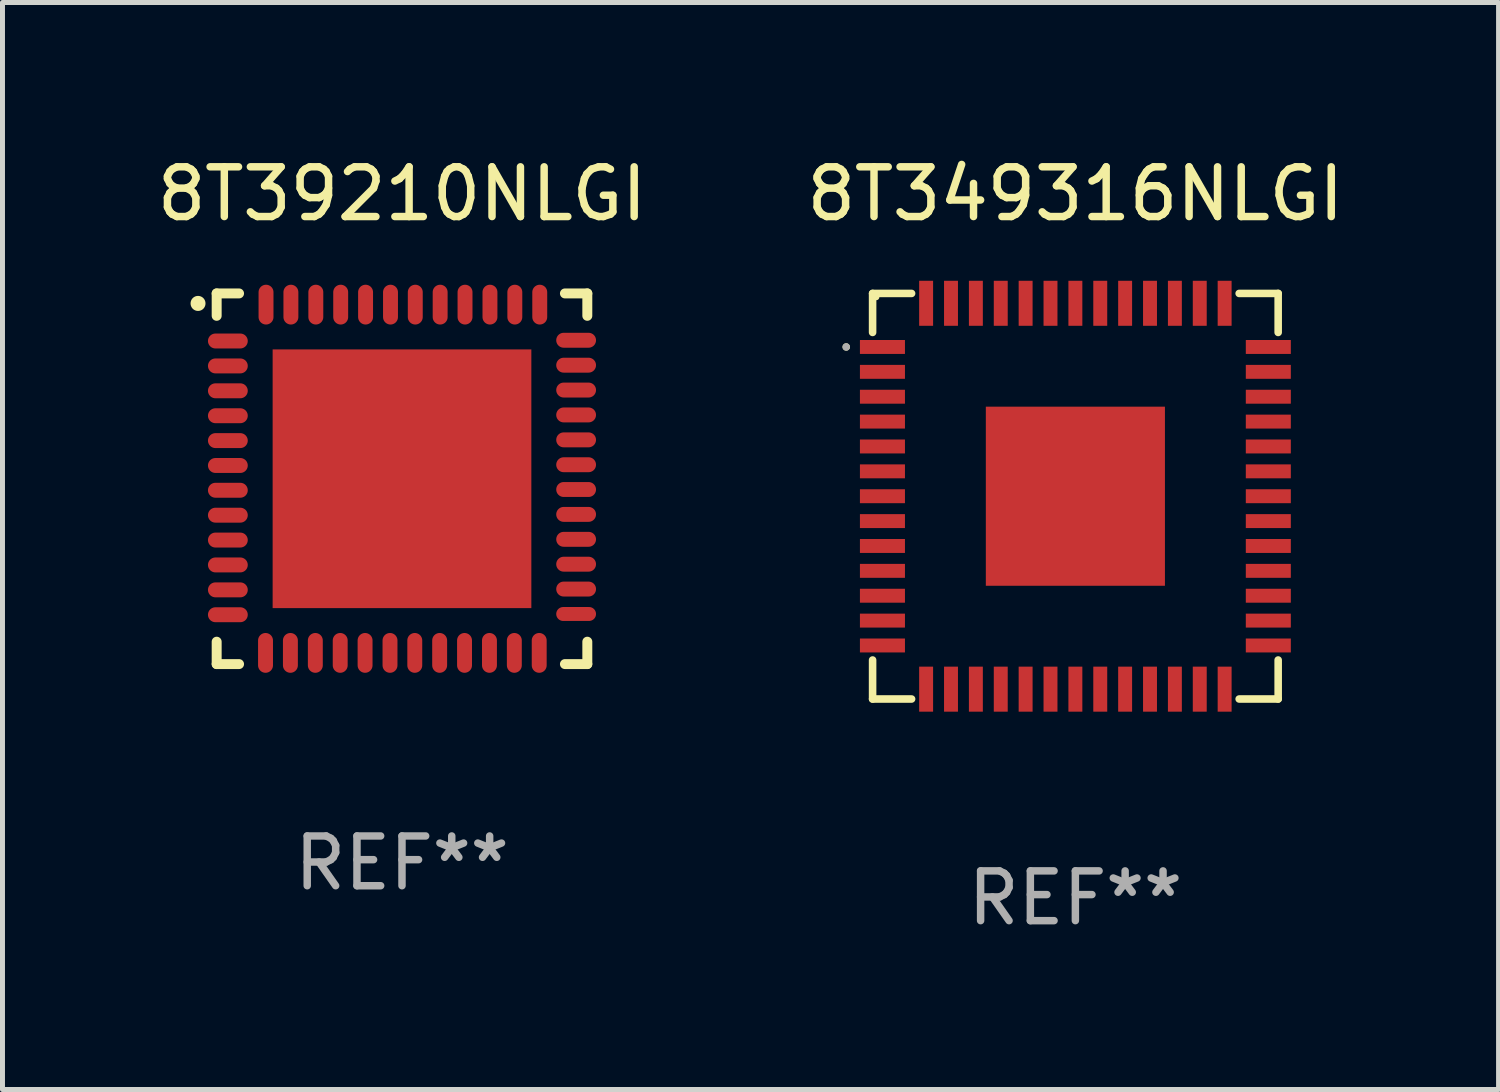
<source format=kicad_pcb>
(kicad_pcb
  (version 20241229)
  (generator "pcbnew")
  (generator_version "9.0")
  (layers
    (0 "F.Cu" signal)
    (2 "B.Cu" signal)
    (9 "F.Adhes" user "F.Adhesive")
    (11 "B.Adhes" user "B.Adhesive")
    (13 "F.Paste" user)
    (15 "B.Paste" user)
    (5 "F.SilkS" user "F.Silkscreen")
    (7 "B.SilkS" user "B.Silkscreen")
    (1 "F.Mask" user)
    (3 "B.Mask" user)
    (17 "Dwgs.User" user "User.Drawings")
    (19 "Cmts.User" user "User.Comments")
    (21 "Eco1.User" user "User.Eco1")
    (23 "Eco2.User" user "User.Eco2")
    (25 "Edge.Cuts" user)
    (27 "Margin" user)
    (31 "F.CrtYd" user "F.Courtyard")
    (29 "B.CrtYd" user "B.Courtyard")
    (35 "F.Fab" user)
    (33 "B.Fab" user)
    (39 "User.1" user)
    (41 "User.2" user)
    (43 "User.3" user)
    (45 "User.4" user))
  (footprint "8T349316NLGI"
    (layer "F.Cu")
    (at 18.565 6.924)
    (property "Reference" "8T349316NLGI" (at 0 -6.076 0) (layer "F.SilkS") (effects (font (size 1 1) (thickness 0.15))))
    (attr through_hole)
    (fp_line (start -4.076 -4.076) (end -3.292 -4.076) (stroke (width 0.152) (type solid)) (layer "F.SilkS"))
    (fp_line (start -4.076 -3.292) (end -4.076 -4.076) (stroke (width 0.152) (type solid)) (layer "F.SilkS"))
    (fp_line (start -4.076 3.292) (end -4.076 4.076) (stroke (width 0.152) (type solid)) (layer "F.SilkS"))
    (fp_line (start -4.076 4.076) (end -3.292 4.076) (stroke (width 0.152) (type solid)) (layer "F.SilkS"))
    (fp_line (start 4.076 -4.076) (end 3.292 -4.076) (stroke (width 0.152) (type solid)) (layer "F.SilkS"))
    (fp_line (start 4.076 -3.292) (end 4.076 -4.076) (stroke (width 0.152) (type solid)) (layer "F.SilkS"))
    (fp_line (start 4.076 3.292) (end 4.076 4.076) (stroke (width 0.152) (type solid)) (layer "F.SilkS"))
    (fp_line (start 4.076 4.076) (end 3.292 4.076) (stroke (width 0.152) (type solid)) (layer "F.SilkS"))
    (fp_circle (center -4.606 -3) (end -4.568 -3) (stroke (width 0.075) (type solid)) (fill no) (layer "F.SilkS"))
    (fp_circle (center -4 -4) (end -3.97 -4) (stroke (width 0.06) (type solid)) (fill no) (layer "F.SilkS"))
    (fp_circle (center -4.606 -3) (end -4.568 -3) (stroke (width 0.075) (type solid)) (fill no) (layer "F.Fab"))
    (fp_text user "REF**" (at 0 8.076 0) (layer "F.Fab") (effects (font (size 1 1) (thickness 0.15))))
    (pad "1" smd rect (at -3.878 -3) (size 0.905 0.28) (layers "F.Cu" "F.Mask" "F.Paste"))
    (pad "2" smd rect (at -3.878 -2.5) (size 0.905 0.28) (layers "F.Cu" "F.Mask" "F.Paste"))
    (pad "3" smd rect (at -3.878 -2) (size 0.905 0.28) (layers "F.Cu" "F.Mask" "F.Paste"))
    (pad "4" smd rect (at -3.878 -1.5) (size 0.905 0.28) (layers "F.Cu" "F.Mask" "F.Paste"))
    (pad "5" smd rect (at -3.878 -1) (size 0.905 0.28) (layers "F.Cu" "F.Mask" "F.Paste"))
    (pad "6" smd rect (at -3.878 -0.5) (size 0.905 0.28) (layers "F.Cu" "F.Mask" "F.Paste"))
    (pad "7" smd rect (at -3.878 0) (size 0.905 0.28) (layers "F.Cu" "F.Mask" "F.Paste"))
    (pad "8" smd rect (at -3.878 0.5) (size 0.905 0.28) (layers "F.Cu" "F.Mask" "F.Paste"))
    (pad "9" smd rect (at -3.878 1) (size 0.905 0.28) (layers "F.Cu" "F.Mask" "F.Paste"))
    (pad "10" smd rect (at -3.878 1.5) (size 0.905 0.28) (layers "F.Cu" "F.Mask" "F.Paste"))
    (pad "11" smd rect (at -3.878 2) (size 0.905 0.28) (layers "F.Cu" "F.Mask" "F.Paste"))
    (pad "12" smd rect (at -3.878 2.5) (size 0.905 0.28) (layers "F.Cu" "F.Mask" "F.Paste"))
    (pad "13" smd rect (at -3.878 3) (size 0.905 0.28) (layers "F.Cu" "F.Mask" "F.Paste"))
    (pad "14" smd rect (at -3 3.878) (size 0.28 0.905) (layers "F.Cu" "F.Mask" "F.Paste"))
    (pad "15" smd rect (at -2.5 3.878) (size 0.28 0.905) (layers "F.Cu" "F.Mask" "F.Paste"))
    (pad "16" smd rect (at -2 3.878) (size 0.28 0.905) (layers "F.Cu" "F.Mask" "F.Paste"))
    (pad "17" smd rect (at -1.5 3.878) (size 0.28 0.905) (layers "F.Cu" "F.Mask" "F.Paste"))
    (pad "18" smd rect (at -1 3.878) (size 0.28 0.905) (layers "F.Cu" "F.Mask" "F.Paste"))
    (pad "19" smd rect (at -0.5 3.878) (size 0.28 0.905) (layers "F.Cu" "F.Mask" "F.Paste"))
    (pad "20" smd rect (at 0 3.878) (size 0.28 0.905) (layers "F.Cu" "F.Mask" "F.Paste"))
    (pad "21" smd rect (at 0.5 3.878) (size 0.28 0.905) (layers "F.Cu" "F.Mask" "F.Paste"))
    (pad "22" smd rect (at 1 3.878) (size 0.28 0.905) (layers "F.Cu" "F.Mask" "F.Paste"))
    (pad "23" smd rect (at 1.5 3.878) (size 0.28 0.905) (layers "F.Cu" "F.Mask" "F.Paste"))
    (pad "24" smd rect (at 2 3.878) (size 0.28 0.905) (layers "F.Cu" "F.Mask" "F.Paste"))
    (pad "25" smd rect (at 2.5 3.878) (size 0.28 0.905) (layers "F.Cu" "F.Mask" "F.Paste"))
    (pad "26" smd rect (at 3 3.878) (size 0.28 0.905) (layers "F.Cu" "F.Mask" "F.Paste"))
    (pad "27" smd rect (at 3.878 3) (size 0.905 0.28) (layers "F.Cu" "F.Mask" "F.Paste"))
    (pad "28" smd rect (at 3.878 2.5) (size 0.905 0.28) (layers "F.Cu" "F.Mask" "F.Paste"))
    (pad "29" smd rect (at 3.878 2) (size 0.905 0.28) (layers "F.Cu" "F.Mask" "F.Paste"))
    (pad "30" smd rect (at 3.878 1.5) (size 0.905 0.28) (layers "F.Cu" "F.Mask" "F.Paste"))
    (pad "31" smd rect (at 3.878 1) (size 0.905 0.28) (layers "F.Cu" "F.Mask" "F.Paste"))
    (pad "32" smd rect (at 3.878 0.5) (size 0.905 0.28) (layers "F.Cu" "F.Mask" "F.Paste"))
    (pad "33" smd rect (at 3.878 0) (size 0.905 0.28) (layers "F.Cu" "F.Mask" "F.Paste"))
    (pad "34" smd rect (at 3.878 -0.5) (size 0.905 0.28) (layers "F.Cu" "F.Mask" "F.Paste"))
    (pad "35" smd rect (at 3.878 -1) (size 0.905 0.28) (layers "F.Cu" "F.Mask" "F.Paste"))
    (pad "36" smd rect (at 3.878 -1.5) (size 0.905 0.28) (layers "F.Cu" "F.Mask" "F.Paste"))
    (pad "37" smd rect (at 3.878 -2) (size 0.905 0.28) (layers "F.Cu" "F.Mask" "F.Paste"))
    (pad "38" smd rect (at 3.878 -2.5) (size 0.905 0.28) (layers "F.Cu" "F.Mask" "F.Paste"))
    (pad "39" smd rect (at 3.878 -3) (size 0.905 0.28) (layers "F.Cu" "F.Mask" "F.Paste"))
    (pad "40" smd rect (at 3 -3.878) (size 0.28 0.905) (layers "F.Cu" "F.Mask" "F.Paste"))
    (pad "41" smd rect (at 2.5 -3.878) (size 0.28 0.905) (layers "F.Cu" "F.Mask" "F.Paste"))
    (pad "42" smd rect (at 2 -3.878) (size 0.28 0.905) (layers "F.Cu" "F.Mask" "F.Paste"))
    (pad "43" smd rect (at 1.5 -3.878) (size 0.28 0.905) (layers "F.Cu" "F.Mask" "F.Paste"))
    (pad "44" smd rect (at 1 -3.878) (size 0.28 0.905) (layers "F.Cu" "F.Mask" "F.Paste"))
    (pad "45" smd rect (at 0.5 -3.878) (size 0.28 0.905) (layers "F.Cu" "F.Mask" "F.Paste"))
    (pad "46" smd rect (at 0 -3.878) (size 0.28 0.905) (layers "F.Cu" "F.Mask" "F.Paste"))
    (pad "47" smd rect (at -0.5 -3.878) (size 0.28 0.905) (layers "F.Cu" "F.Mask" "F.Paste"))
    (pad "48" smd rect (at -1 -3.878) (size 0.28 0.905) (layers "F.Cu" "F.Mask" "F.Paste"))
    (pad "49" smd rect (at -1.5 -3.878) (size 0.28 0.905) (layers "F.Cu" "F.Mask" "F.Paste"))
    (pad "50" smd rect (at -2 -3.878) (size 0.28 0.905) (layers "F.Cu" "F.Mask" "F.Paste"))
    (pad "51" smd rect (at -2.5 -3.878) (size 0.28 0.905) (layers "F.Cu" "F.Mask" "F.Paste"))
    (pad "52" smd rect (at -3 -3.878) (size 0.28 0.905) (layers "F.Cu" "F.Mask" "F.Paste"))
    (pad "53" smd rect (at 0 0) (size 3.6 3.6) (layers "F.Cu" "F.Mask" "F.Paste")))
  (footprint "8T39210NLGI"
    (layer "F.Cu")
    (at 5.03 6.573)
    (property "Reference" "8T39210NLGI" (at 0 -5.725 0) (layer "F.SilkS") (effects (font (size 1 1) (thickness 0.15))))
    (attr through_hole)
    (fp_line (start -3.725 -3.725) (end -3.275 -3.725) (stroke (width 0.2) (type solid)) (layer "F.SilkS"))
    (fp_line (start -3.725 -3.275) (end -3.725 -3.725) (stroke (width 0.2) (type solid)) (layer "F.SilkS"))
    (fp_line (start -3.725 3.275) (end -3.725 3.725) (stroke (width 0.2) (type solid)) (layer "F.SilkS"))
    (fp_line (start -3.725 3.725) (end -3.275 3.725) (stroke (width 0.2) (type solid)) (layer "F.SilkS"))
    (fp_line (start 3.275 -3.725) (end 3.725 -3.725) (stroke (width 0.2) (type solid)) (layer "F.SilkS"))
    (fp_line (start 3.275 3.725) (end 3.725 3.725) (stroke (width 0.2) (type solid)) (layer "F.SilkS"))
    (fp_line (start 3.725 -3.725) (end 3.725 -3.275) (stroke (width 0.2) (type solid)) (layer "F.SilkS"))
    (fp_line (start 3.725 3.725) (end 3.725 3.275) (stroke (width 0.2) (type solid)) (layer "F.SilkS"))
    (fp_arc (start -4.099568 -3.522987) (mid -4.099573 -3.524257) (end -4.099568 -3.525527) (stroke (width 0.3) (type solid)) (layer "F.SilkS"))
    (fp_text user "REF**" (at 0 7.725 0) (layer "F.Fab") (effects (font (size 1 1) (thickness 0.15))))
    (pad "1" smd oval (at -3.5 -2.769 90) (size 0.3 0.8) (layers "F.Cu" "F.Mask" "F.Paste"))
    (pad "2" smd oval (at -3.5 -2.268 90) (size 0.3 0.8) (layers "F.Cu" "F.Mask" "F.Paste"))
    (pad "3" smd oval (at -3.5 -1.768 90) (size 0.3 0.8) (layers "F.Cu" "F.Mask" "F.Paste"))
    (pad "4" smd oval (at -3.5 -1.267 90) (size 0.3 0.8) (layers "F.Cu" "F.Mask" "F.Paste"))
    (pad "5" smd oval (at -3.5 -0.767 90) (size 0.3 0.8) (layers "F.Cu" "F.Mask" "F.Paste"))
    (pad "6" smd oval (at -3.5 -0.267 90) (size 0.3 0.8) (layers "F.Cu" "F.Mask" "F.Paste"))
    (pad "7" smd oval (at -3.5 0.231 90) (size 0.3 0.8) (layers "F.Cu" "F.Mask" "F.Paste"))
    (pad "8" smd oval (at -3.5 0.732 90) (size 0.3 0.8) (layers "F.Cu" "F.Mask" "F.Paste"))
    (pad "9" smd oval (at -3.5 1.232 90) (size 0.3 0.8) (layers "F.Cu" "F.Mask" "F.Paste"))
    (pad "10" smd oval (at -3.5 1.732 90) (size 0.3 0.8) (layers "F.Cu" "F.Mask" "F.Paste"))
    (pad "11" smd oval (at -3.5 2.233 90) (size 0.3 0.8) (layers "F.Cu" "F.Mask" "F.Paste"))
    (pad "12" smd oval (at -3.5 2.733 90) (size 0.3 0.8) (layers "F.Cu" "F.Mask" "F.Paste"))
    (pad "13" smd oval (at -2.743 3.5) (size 0.3 0.8) (layers "F.Cu" "F.Mask" "F.Paste"))
    (pad "14" smd oval (at -2.243 3.5) (size 0.3 0.8) (layers "F.Cu" "F.Mask" "F.Paste"))
    (pad "15" smd oval (at -1.742 3.5) (size 0.3 0.8) (layers "F.Cu" "F.Mask" "F.Paste"))
    (pad "16" smd oval (at -1.242 3.5) (size 0.3 0.8) (layers "F.Cu" "F.Mask" "F.Paste"))
    (pad "17" smd oval (at -0.742 3.5) (size 0.3 0.8) (layers "F.Cu" "F.Mask" "F.Paste"))
    (pad "18" smd oval (at -0.241 3.5) (size 0.3 0.8) (layers "F.Cu" "F.Mask" "F.Paste"))
    (pad "19" smd oval (at 0.257 3.5) (size 0.3 0.8) (layers "F.Cu" "F.Mask" "F.Paste"))
    (pad "20" smd oval (at 0.757 3.5) (size 0.3 0.8) (layers "F.Cu" "F.Mask" "F.Paste"))
    (pad "21" smd oval (at 1.257 3.5) (size 0.3 0.8) (layers "F.Cu" "F.Mask" "F.Paste"))
    (pad "22" smd oval (at 1.758 3.5) (size 0.3 0.8) (layers "F.Cu" "F.Mask" "F.Paste"))
    (pad "23" smd oval (at 2.258 3.5) (size 0.3 0.8) (layers "F.Cu" "F.Mask" "F.Paste"))
    (pad "24" smd oval (at 2.758 3.5) (size 0.3 0.8) (layers "F.Cu" "F.Mask" "F.Paste"))
    (pad "25" smd oval (at 3.5 2.718 90) (size 0.28 0.8) (layers "F.Cu" "F.Mask" "F.Paste"))
    (pad "26" smd oval (at 3.5 2.217 90) (size 0.3 0.8) (layers "F.Cu" "F.Mask" "F.Paste"))
    (pad "27" smd oval (at 3.5 1.717 90) (size 0.3 0.8) (layers "F.Cu" "F.Mask" "F.Paste"))
    (pad "28" smd oval (at 3.5 1.217 90) (size 0.3 0.8) (layers "F.Cu" "F.Mask" "F.Paste"))
    (pad "29" smd oval (at 3.5 0.716 90) (size 0.3 0.8) (layers "F.Cu" "F.Mask" "F.Paste"))
    (pad "30" smd oval (at 3.5 0.216 90) (size 0.3 0.8) (layers "F.Cu" "F.Mask" "F.Paste"))
    (pad "31" smd oval (at 3.5 -0.282 90) (size 0.3 0.8) (layers "F.Cu" "F.Mask" "F.Paste"))
    (pad "32" smd oval (at 3.5 -0.782 90) (size 0.3 0.8) (layers "F.Cu" "F.Mask" "F.Paste"))
    (pad "33" smd oval (at 3.5 -1.283 90) (size 0.3 0.8) (layers "F.Cu" "F.Mask" "F.Paste"))
    (pad "34" smd oval (at 3.5 -1.783 90) (size 0.3 0.8) (layers "F.Cu" "F.Mask" "F.Paste"))
    (pad "35" smd oval (at 3.5 -2.283 90) (size 0.3 0.8) (layers "F.Cu" "F.Mask" "F.Paste"))
    (pad "36" smd oval (at 3.5 -2.784 90) (size 0.3 0.8) (layers "F.Cu" "F.Mask" "F.Paste"))
    (pad "37" smd oval (at 2.769 -3.5) (size 0.3 0.8) (layers "F.Cu" "F.Mask" "F.Paste"))
    (pad "38" smd oval (at 2.268 -3.5) (size 0.3 0.8) (layers "F.Cu" "F.Mask" "F.Paste"))
    (pad "39" smd oval (at 1.768 -3.5) (size 0.3 0.8) (layers "F.Cu" "F.Mask" "F.Paste"))
    (pad "40" smd oval (at 1.267 -3.5) (size 0.3 0.8) (layers "F.Cu" "F.Mask" "F.Paste"))
    (pad "41" smd oval (at 0.767 -3.5) (size 0.3 0.8) (layers "F.Cu" "F.Mask" "F.Paste"))
    (pad "42" smd oval (at 0.267 -3.5) (size 0.3 0.8) (layers "F.Cu" "F.Mask" "F.Paste"))
    (pad "43" smd oval (at -0.231 -3.5) (size 0.3 0.8) (layers "F.Cu" "F.Mask" "F.Paste"))
    (pad "44" smd oval (at -0.732 -3.5) (size 0.3 0.8) (layers "F.Cu" "F.Mask" "F.Paste"))
    (pad "45" smd oval (at -1.232 -3.5) (size 0.3 0.8) (layers "F.Cu" "F.Mask" "F.Paste"))
    (pad "46" smd oval (at -1.732 -3.5) (size 0.3 0.8) (layers "F.Cu" "F.Mask" "F.Paste"))
    (pad "47" smd oval (at -2.233 -3.5) (size 0.3 0.8) (layers "F.Cu" "F.Mask" "F.Paste"))
    (pad "48" smd oval (at -2.733 -3.5) (size 0.3 0.8) (layers "F.Cu" "F.Mask" "F.Paste"))
    (pad "49" smd rect (at 0 0) (size 5.2 5.2) (layers "F.Cu" "F.Mask" "F.Paste")))
  (gr_rect
    (start -3 -3)
    (end 27.071 18.849)
    (stroke (width 0.1) (type default))
    (fill no)
    (layer "Edge.Cuts")))
</source>
